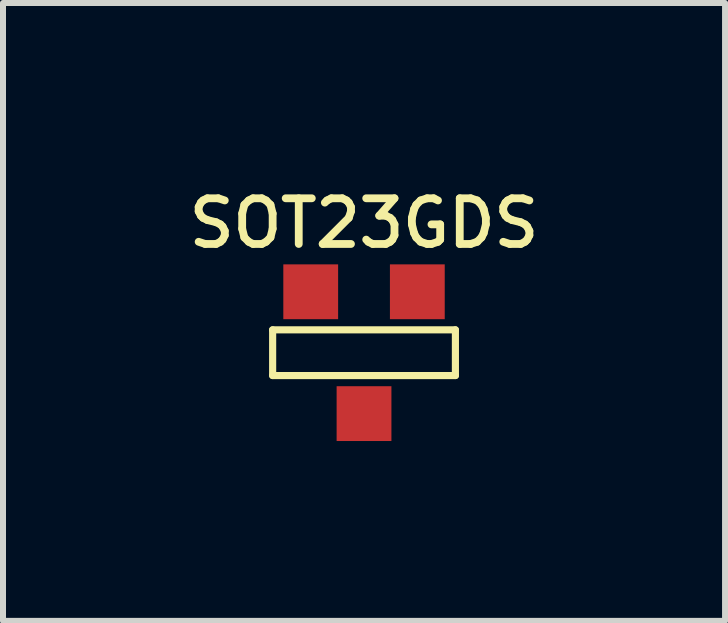
<source format=kicad_pcb>
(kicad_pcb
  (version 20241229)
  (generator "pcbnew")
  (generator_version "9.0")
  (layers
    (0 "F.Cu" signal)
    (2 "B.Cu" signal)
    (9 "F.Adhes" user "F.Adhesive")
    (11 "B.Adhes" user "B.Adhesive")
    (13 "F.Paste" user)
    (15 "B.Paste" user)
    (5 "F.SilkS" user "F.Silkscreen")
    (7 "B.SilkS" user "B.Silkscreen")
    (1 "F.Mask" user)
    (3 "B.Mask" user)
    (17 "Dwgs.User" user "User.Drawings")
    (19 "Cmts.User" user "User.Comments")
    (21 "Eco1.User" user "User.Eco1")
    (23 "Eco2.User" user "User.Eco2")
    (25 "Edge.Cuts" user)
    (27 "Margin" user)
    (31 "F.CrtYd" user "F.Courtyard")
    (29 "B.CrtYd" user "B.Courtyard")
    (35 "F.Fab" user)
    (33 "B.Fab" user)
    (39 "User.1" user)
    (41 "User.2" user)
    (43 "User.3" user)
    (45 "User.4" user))
  (footprint "SOT23GDS"
    (layer "F.Cu")
    (at 3.021 2.832)
    (property "Reference" "SOT23GDS" (at 0 -2.159 0) (layer "F.SilkS") (effects (font (size 0.762 0.762) (thickness 0.13))))
    (attr smd)
    (fp_line (start -1.524 -0.381) (end 1.524 -0.381) (stroke (width 0.119) (type solid)) (layer "F.SilkS"))
    (fp_line (start -1.524 0.381) (end -1.524 -0.381) (stroke (width 0.119) (type solid)) (layer "F.SilkS"))
    (fp_line (start 1.524 -0.381) (end 1.524 0.381) (stroke (width 0.119) (type solid)) (layer "F.SilkS"))
    (fp_line (start 1.524 0.381) (end -1.524 0.381) (stroke (width 0.119) (type solid)) (layer "F.SilkS"))
    (pad "D" smd rect (at 0 1.016) (size 0.914 0.914) (layers "F.Cu" "F.Mask" "F.Paste"))
    (pad "G" smd rect (at 0.889 -1.016) (size 0.914 0.914) (layers "F.Cu" "F.Mask" "F.Paste"))
    (pad "S" smd rect (at -0.889 -1.016) (size 0.914 0.914) (layers "F.Cu" "F.Mask" "F.Paste")))
  (gr_rect
    (start -3 -3)
    (end 9.042 7.305)
    (stroke (width 0.1) (type default))
    (fill no)
    (layer "Edge.Cuts")))
</source>
